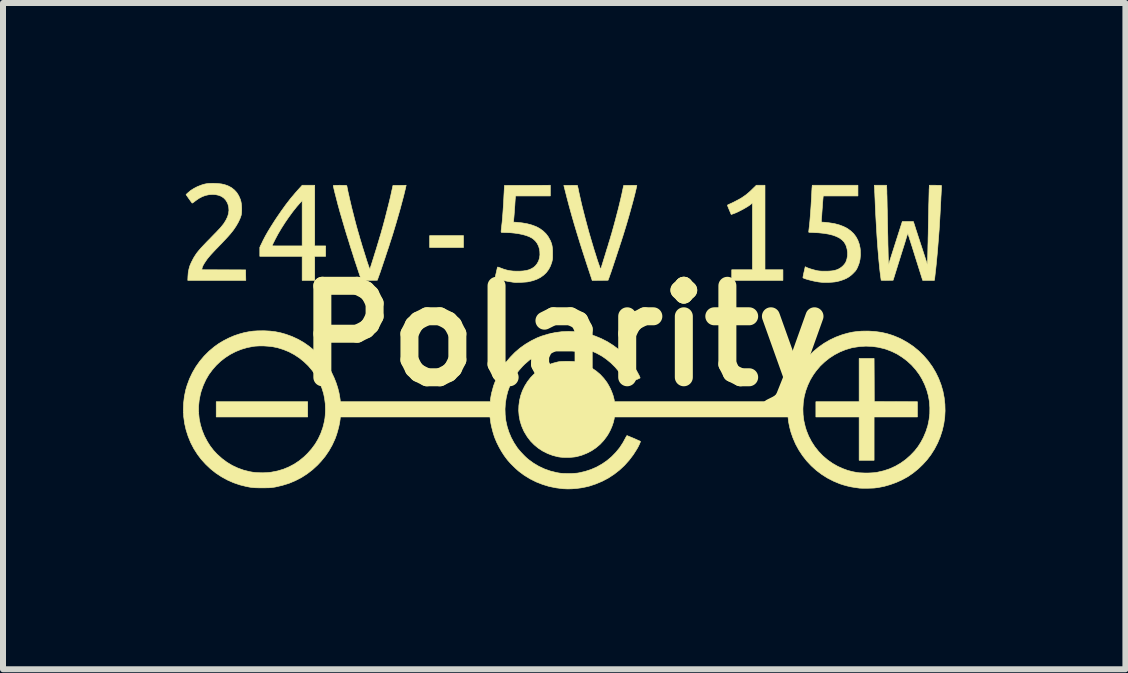
<source format=kicad_pcb>
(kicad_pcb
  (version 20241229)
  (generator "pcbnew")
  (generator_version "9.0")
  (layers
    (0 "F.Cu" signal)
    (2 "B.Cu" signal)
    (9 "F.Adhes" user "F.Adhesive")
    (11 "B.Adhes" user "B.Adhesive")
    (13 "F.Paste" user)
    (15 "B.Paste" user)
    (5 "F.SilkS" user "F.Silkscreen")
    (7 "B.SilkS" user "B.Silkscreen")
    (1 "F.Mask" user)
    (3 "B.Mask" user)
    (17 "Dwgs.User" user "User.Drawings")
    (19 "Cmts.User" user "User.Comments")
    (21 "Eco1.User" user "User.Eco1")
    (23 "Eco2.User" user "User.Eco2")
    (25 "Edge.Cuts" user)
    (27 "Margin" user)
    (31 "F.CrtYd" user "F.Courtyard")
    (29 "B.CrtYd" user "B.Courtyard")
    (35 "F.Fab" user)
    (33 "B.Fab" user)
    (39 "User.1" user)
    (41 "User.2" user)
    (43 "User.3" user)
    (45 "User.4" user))
  (footprint "Polarity"
    (layer "F.Cu")
    (at 6.349 2.547)
    (property "Reference" "Polarity" (at 0 0 0) (layer "F.SilkS") (effects (font (size 1.524 1.524) (thickness 0.3))))
    (attr exclude_from_pos_files exclude_from_bom)
    (fp_poly (pts (xy -4.272 1.351) (xy -5.796 1.351) (xy -5.796 1.097) (xy -4.272 1.097) (xy -4.272 1.351)) (stroke (width 0.01) (type solid)) (fill yes) (layer "F.SilkS"))
    (fp_poly (pts (xy -1.676 -1.473) (xy -2.24 -1.473) (xy -2.24 -1.671) (xy -1.676 -1.671) (xy -1.676 -1.473)) (stroke (width 0.01) (type solid)) (fill yes) (layer "F.SilkS"))
    (fp_poly (pts (xy 5.168 0.735) (xy 5.169 1.095) (xy 5.888 1.097) (xy 5.888 1.351) (xy 5.166 1.351) (xy 5.166 2.073) (xy 4.917 2.073) (xy 4.917 1.351) (xy 4.196 1.351) (xy 4.196 1.097) (xy 4.917 1.097) (xy 4.917 0.376) (xy 5.166 0.376) (xy 5.168 0.735)) (stroke (width 0.01) (type solid)) (fill yes) (layer "F.SilkS"))
    (fp_poly (pts (xy 3.348 -2.51) (xy 3.348 -1.102) (xy 3.647 -1.102) (xy 3.647 -0.925) (xy 2.794 -0.925) (xy 2.794 -1.102) (xy 3.139 -1.102) (xy 3.139 -2.215) (xy 3.115 -2.195) (xy 3.09 -2.176) (xy 3.057 -2.154) (xy 3.018 -2.131) (xy 2.976 -2.107) (xy 2.933 -2.085) (xy 2.891 -2.064) (xy 2.852 -2.047) (xy 2.821 -2.035) (xy 2.785 -2.023) (xy 2.754 -2.097) (xy 2.743 -2.123) (xy 2.734 -2.145) (xy 2.727 -2.163) (xy 2.724 -2.174) (xy 2.723 -2.177) (xy 2.727 -2.182) (xy 2.739 -2.188) (xy 2.752 -2.194) (xy 2.776 -2.205) (xy 2.807 -2.219) (xy 2.841 -2.236) (xy 2.875 -2.254) (xy 2.908 -2.271) (xy 2.936 -2.287) (xy 2.949 -2.294) (xy 2.991 -2.322) (xy 3.032 -2.351) (xy 3.073 -2.385) (xy 3.116 -2.424) (xy 3.137 -2.445) (xy 3.204 -2.51) (xy 3.276 -2.51) (xy 3.348 -2.51)) (stroke (width 0.01) (type solid)) (fill yes) (layer "F.SilkS"))
    (fp_poly (pts (xy -4.155 -2.51) (xy -4.155 -1.499) (xy -3.973 -1.499) (xy -3.973 -1.326) (xy -4.155 -1.326) (xy -4.155 -0.925) (xy -4.364 -0.925) (xy -4.364 -1.326) (xy -5.07 -1.326) (xy -5.07 -1.475) (xy -5.058 -1.501) (xy -4.867 -1.501) (xy -4.862 -1.501) (xy -4.848 -1.5) (xy -4.825 -1.5) (xy -4.796 -1.499) (xy -4.76 -1.499) (xy -4.719 -1.499) (xy -4.673 -1.499) (xy -4.624 -1.499) (xy -4.615 -1.499) (xy -4.364 -1.499) (xy -4.364 -2.255) (xy -4.39 -2.226) (xy -4.456 -2.151) (xy -4.522 -2.068) (xy -4.587 -1.979) (xy -4.651 -1.886) (xy -4.711 -1.792) (xy -4.767 -1.697) (xy -4.816 -1.605) (xy -4.82 -1.596) (xy -4.834 -1.568) (xy -4.847 -1.543) (xy -4.856 -1.523) (xy -4.863 -1.509) (xy -4.867 -1.502) (xy -4.867 -1.501) (xy -5.058 -1.501) (xy -5.046 -1.526) (xy -5.014 -1.593) (xy -4.977 -1.664) (xy -4.933 -1.741) (xy -4.883 -1.823) (xy -4.827 -1.911) (xy -4.793 -1.963) (xy -4.712 -2.081) (xy -4.632 -2.192) (xy -4.552 -2.295) (xy -4.473 -2.388) (xy -4.425 -2.442) (xy -4.363 -2.51) (xy -4.259 -2.51) (xy -4.155 -2.51)) (stroke (width 0.01) (type solid)) (fill yes) (layer "F.SilkS"))
    (fp_poly (pts (xy 1.187 -2.509) (xy 1.2 -2.508) (xy 1.208 -2.507) (xy 1.212 -2.505) (xy 1.213 -2.503) (xy 1.212 -2.501) (xy 1.21 -2.492) (xy 1.206 -2.476) (xy 1.202 -2.456) (xy 1.199 -2.443) (xy 1.189 -2.401) (xy 1.177 -2.351) (xy 1.162 -2.293) (xy 1.145 -2.229) (xy 1.126 -2.16) (xy 1.106 -2.088) (xy 1.085 -2.013) (xy 1.063 -1.937) (xy 1.041 -1.861) (xy 1.018 -1.786) (xy 0.996 -1.714) (xy 0.992 -1.702) (xy 0.982 -1.669) (xy 0.969 -1.629) (xy 0.955 -1.584) (xy 0.938 -1.534) (xy 0.921 -1.48) (xy 0.902 -1.424) (xy 0.883 -1.366) (xy 0.864 -1.308) (xy 0.845 -1.251) (xy 0.827 -1.197) (xy 0.81 -1.145) (xy 0.794 -1.098) (xy 0.78 -1.056) (xy 0.767 -1.021) (xy 0.758 -0.994) (xy 0.753 -0.98) (xy 0.733 -0.927) (xy 0.601 -0.926) (xy 0.469 -0.924) (xy 0.384 -1.18) (xy 0.326 -1.359) (xy 0.27 -1.534) (xy 0.218 -1.703) (xy 0.169 -1.866) (xy 0.124 -2.022) (xy 0.083 -2.171) (xy 0.046 -2.311) (xy 0.029 -2.378) (xy -0.004 -2.507) (xy 0.108 -2.508) (xy 0.141 -2.509) (xy 0.17 -2.509) (xy 0.194 -2.509) (xy 0.211 -2.508) (xy 0.221 -2.508) (xy 0.222 -2.507) (xy 0.224 -2.502) (xy 0.227 -2.488) (xy 0.232 -2.467) (xy 0.238 -2.441) (xy 0.244 -2.41) (xy 0.246 -2.399) (xy 0.268 -2.301) (xy 0.292 -2.195) (xy 0.32 -2.083) (xy 0.35 -1.966) (xy 0.382 -1.846) (xy 0.415 -1.724) (xy 0.451 -1.601) (xy 0.487 -1.48) (xy 0.505 -1.42) (xy 0.521 -1.371) (xy 0.536 -1.323) (xy 0.55 -1.278) (xy 0.564 -1.236) (xy 0.577 -1.199) (xy 0.588 -1.168) (xy 0.597 -1.142) (xy 0.604 -1.124) (xy 0.608 -1.113) (xy 0.61 -1.111) (xy 0.612 -1.117) (xy 0.617 -1.131) (xy 0.624 -1.153) (xy 0.633 -1.182) (xy 0.644 -1.217) (xy 0.656 -1.257) (xy 0.67 -1.301) (xy 0.684 -1.347) (xy 0.699 -1.396) (xy 0.714 -1.446) (xy 0.73 -1.495) (xy 0.744 -1.544) (xy 0.759 -1.591) (xy 0.772 -1.635) (xy 0.784 -1.676) (xy 0.795 -1.712) (xy 0.803 -1.742) (xy 0.807 -1.755) (xy 0.831 -1.841) (xy 0.855 -1.93) (xy 0.879 -2.022) (xy 0.903 -2.113) (xy 0.925 -2.202) (xy 0.945 -2.287) (xy 0.963 -2.365) (xy 0.972 -2.408) (xy 0.993 -2.507) (xy 1.104 -2.508) (xy 1.14 -2.509) (xy 1.168 -2.509) (xy 1.187 -2.509)) (stroke (width 0.01) (type solid)) (fill yes) (layer "F.SilkS"))
    (fp_poly (pts (xy -5.842 -2.542) (xy -5.771 -2.539) (xy -5.708 -2.532) (xy -5.652 -2.519) (xy -5.601 -2.501) (xy -5.555 -2.477) (xy -5.538 -2.467) (xy -5.492 -2.43) (xy -5.453 -2.387) (xy -5.421 -2.336) (xy -5.396 -2.279) (xy -5.384 -2.238) (xy -5.378 -2.206) (xy -5.374 -2.169) (xy -5.372 -2.129) (xy -5.372 -2.089) (xy -5.374 -2.052) (xy -5.378 -2.021) (xy -5.381 -2.007) (xy -5.401 -1.951) (xy -5.429 -1.892) (xy -5.465 -1.83) (xy -5.508 -1.766) (xy -5.559 -1.702) (xy -5.563 -1.697) (xy -5.579 -1.679) (xy -5.6 -1.655) (xy -5.626 -1.627) (xy -5.656 -1.595) (xy -5.687 -1.562) (xy -5.719 -1.528) (xy -5.741 -1.506) (xy -5.772 -1.473) (xy -5.804 -1.441) (xy -5.833 -1.41) (xy -5.86 -1.381) (xy -5.883 -1.356) (xy -5.9 -1.337) (xy -5.909 -1.326) (xy -5.944 -1.284) (xy -5.973 -1.242) (xy -5.998 -1.204) (xy -6.017 -1.17) (xy -6.029 -1.14) (xy -6.033 -1.123) (xy -6.036 -1.102) (xy -5.306 -1.1) (xy -5.305 -1.012) (xy -5.303 -0.925) (xy -6.27 -0.925) (xy -6.267 -0.994) (xy -6.262 -1.056) (xy -6.251 -1.113) (xy -6.235 -1.169) (xy -6.211 -1.225) (xy -6.18 -1.285) (xy -6.18 -1.286) (xy -6.165 -1.312) (xy -6.149 -1.337) (xy -6.134 -1.36) (xy -6.117 -1.384) (xy -6.098 -1.408) (xy -6.076 -1.434) (xy -6.051 -1.463) (xy -6.021 -1.495) (xy -5.986 -1.532) (xy -5.946 -1.574) (xy -5.899 -1.621) (xy -5.89 -1.631) (xy -5.858 -1.664) (xy -5.826 -1.697) (xy -5.796 -1.727) (xy -5.77 -1.755) (xy -5.747 -1.779) (xy -5.729 -1.798) (xy -5.718 -1.811) (xy -5.717 -1.812) (xy -5.67 -1.871) (xy -5.634 -1.929) (xy -5.607 -1.985) (xy -5.591 -2.039) (xy -5.584 -2.093) (xy -5.588 -2.145) (xy -5.601 -2.195) (xy -5.613 -2.223) (xy -5.639 -2.265) (xy -5.671 -2.298) (xy -5.71 -2.325) (xy -5.756 -2.343) (xy -5.807 -2.354) (xy -5.856 -2.357) (xy -5.916 -2.353) (xy -5.973 -2.341) (xy -6.028 -2.321) (xy -6.083 -2.292) (xy -6.139 -2.253) (xy -6.154 -2.241) (xy -6.171 -2.228) (xy -6.185 -2.219) (xy -6.195 -2.213) (xy -6.198 -2.213) (xy -6.202 -2.219) (xy -6.211 -2.231) (xy -6.224 -2.248) (xy -6.239 -2.27) (xy -6.251 -2.286) (xy -6.299 -2.355) (xy -6.269 -2.383) (xy -6.223 -2.422) (xy -6.168 -2.457) (xy -6.108 -2.488) (xy -6.043 -2.513) (xy -6.042 -2.514) (xy -6.01 -2.524) (xy -5.982 -2.531) (xy -5.955 -2.536) (xy -5.927 -2.54) (xy -5.894 -2.541) (xy -5.855 -2.542) (xy -5.842 -2.542)) (stroke (width 0.01) (type solid)) (fill yes) (layer "F.SilkS"))
    (fp_poly (pts (xy -2.634 -2.498) (xy -2.645 -2.448) (xy -2.659 -2.39) (xy -2.675 -2.325) (xy -2.694 -2.254) (xy -2.714 -2.179) (xy -2.735 -2.101) (xy -2.758 -2.021) (xy -2.781 -1.941) (xy -2.804 -1.862) (xy -2.827 -1.786) (xy -2.845 -1.726) (xy -2.861 -1.674) (xy -2.879 -1.618) (xy -2.899 -1.557) (xy -2.919 -1.493) (xy -2.941 -1.428) (xy -2.963 -1.362) (xy -2.984 -1.297) (xy -3.006 -1.233) (xy -3.026 -1.173) (xy -3.045 -1.117) (xy -3.062 -1.066) (xy -3.078 -1.022) (xy -3.091 -0.986) (xy -3.096 -0.973) (xy -3.112 -0.927) (xy -3.244 -0.926) (xy -3.376 -0.924) (xy -3.458 -1.172) (xy -3.491 -1.27) (xy -3.523 -1.372) (xy -3.557 -1.477) (xy -3.589 -1.582) (xy -3.622 -1.686) (xy -3.653 -1.789) (xy -3.682 -1.888) (xy -3.71 -1.983) (xy -3.736 -2.072) (xy -3.758 -2.153) (xy -3.769 -2.192) (xy -3.778 -2.228) (xy -3.788 -2.266) (xy -3.798 -2.305) (xy -3.808 -2.344) (xy -3.818 -2.382) (xy -3.826 -2.416) (xy -3.834 -2.447) (xy -3.839 -2.472) (xy -3.844 -2.49) (xy -3.845 -2.5) (xy -3.846 -2.501) (xy -3.845 -2.504) (xy -3.841 -2.506) (xy -3.834 -2.507) (xy -3.822 -2.508) (xy -3.803 -2.509) (xy -3.778 -2.509) (xy -3.743 -2.51) (xy -3.734 -2.51) (xy -3.698 -2.509) (xy -3.67 -2.509) (xy -3.65 -2.509) (xy -3.636 -2.508) (xy -3.628 -2.506) (xy -3.623 -2.504) (xy -3.621 -2.502) (xy -3.62 -2.501) (xy -3.618 -2.492) (xy -3.615 -2.476) (xy -3.611 -2.456) (xy -3.609 -2.449) (xy -3.6 -2.401) (xy -3.587 -2.345) (xy -3.573 -2.282) (xy -3.557 -2.214) (xy -3.54 -2.141) (xy -3.521 -2.067) (xy -3.502 -1.992) (xy -3.483 -1.917) (xy -3.464 -1.845) (xy -3.445 -1.776) (xy -3.428 -1.717) (xy -3.413 -1.666) (xy -3.398 -1.612) (xy -3.381 -1.557) (xy -3.365 -1.502) (xy -3.348 -1.448) (xy -3.331 -1.394) (xy -3.315 -1.343) (xy -3.3 -1.295) (xy -3.286 -1.25) (xy -3.273 -1.211) (xy -3.261 -1.176) (xy -3.251 -1.148) (xy -3.244 -1.128) (xy -3.238 -1.115) (xy -3.236 -1.111) (xy -3.236 -1.111) (xy -3.234 -1.117) (xy -3.229 -1.131) (xy -3.222 -1.153) (xy -3.213 -1.181) (xy -3.202 -1.216) (xy -3.19 -1.255) (xy -3.176 -1.298) (xy -3.162 -1.344) (xy -3.147 -1.392) (xy -3.132 -1.44) (xy -3.117 -1.489) (xy -3.103 -1.536) (xy -3.089 -1.581) (xy -3.077 -1.624) (xy -3.065 -1.662) (xy -3.055 -1.695) (xy -3.047 -1.722) (xy -3.044 -1.735) (xy -3.024 -1.804) (xy -3.004 -1.878) (xy -2.983 -1.956) (xy -2.963 -2.035) (xy -2.943 -2.114) (xy -2.923 -2.192) (xy -2.905 -2.265) (xy -2.889 -2.333) (xy -2.876 -2.394) (xy -2.871 -2.416) (xy -2.851 -2.507) (xy -2.741 -2.508) (xy -2.631 -2.51) (xy -2.634 -2.498)) (stroke (width 0.01) (type solid)) (fill yes) (layer "F.SilkS"))
    (fp_poly (pts (xy -0.229 -2.332) (xy -0.518 -2.332) (xy -0.807 -2.332) (xy -0.81 -2.315) (xy -0.811 -2.305) (xy -0.813 -2.286) (xy -0.815 -2.261) (xy -0.817 -2.233) (xy -0.818 -2.215) (xy -0.82 -2.18) (xy -0.823 -2.141) (xy -0.826 -2.1) (xy -0.829 -2.058) (xy -0.832 -2.018) (xy -0.835 -1.982) (xy -0.838 -1.951) (xy -0.84 -1.928) (xy -0.841 -1.922) (xy -0.844 -1.896) (xy -0.791 -1.893) (xy -0.698 -1.883) (xy -0.612 -1.868) (xy -0.535 -1.847) (xy -0.465 -1.821) (xy -0.404 -1.788) (xy -0.35 -1.749) (xy -0.303 -1.704) (xy -0.264 -1.653) (xy -0.232 -1.595) (xy -0.23 -1.592) (xy -0.217 -1.56) (xy -0.206 -1.529) (xy -0.199 -1.497) (xy -0.194 -1.461) (xy -0.191 -1.421) (xy -0.191 -1.372) (xy -0.191 -1.372) (xy -0.191 -1.337) (xy -0.191 -1.311) (xy -0.192 -1.291) (xy -0.194 -1.274) (xy -0.197 -1.258) (xy -0.201 -1.241) (xy -0.204 -1.228) (xy -0.227 -1.164) (xy -0.257 -1.107) (xy -0.295 -1.056) (xy -0.341 -1.012) (xy -0.394 -0.974) (xy -0.455 -0.943) (xy -0.524 -0.919) (xy -0.598 -0.902) (xy -0.616 -0.899) (xy -0.641 -0.897) (xy -0.671 -0.895) (xy -0.704 -0.893) (xy -0.737 -0.891) (xy -0.769 -0.891) (xy -0.797 -0.89) (xy -0.819 -0.891) (xy -0.833 -0.892) (xy -0.833 -0.892) (xy -0.843 -0.894) (xy -0.861 -0.896) (xy -0.883 -0.9) (xy -0.902 -0.902) (xy -0.936 -0.908) (xy -0.974 -0.916) (xy -1.013 -0.925) (xy -1.051 -0.934) (xy -1.084 -0.944) (xy -1.11 -0.953) (xy -1.12 -0.957) (xy -1.137 -0.965) (xy -1.145 -0.972) (xy -1.147 -0.978) (xy -1.147 -0.979) (xy -1.145 -0.987) (xy -1.142 -1.003) (xy -1.137 -1.025) (xy -1.131 -1.051) (xy -1.127 -1.068) (xy -1.121 -1.095) (xy -1.116 -1.118) (xy -1.111 -1.136) (xy -1.107 -1.146) (xy -1.106 -1.148) (xy -1.099 -1.146) (xy -1.086 -1.142) (xy -1.067 -1.135) (xy -1.057 -1.131) (xy -1.003 -1.111) (xy -0.951 -1.096) (xy -0.901 -1.086) (xy -0.848 -1.08) (xy -0.79 -1.078) (xy -0.743 -1.078) (xy -0.681 -1.082) (xy -0.627 -1.09) (xy -0.581 -1.103) (xy -0.541 -1.121) (xy -0.505 -1.143) (xy -0.477 -1.168) (xy -0.447 -1.206) (xy -0.424 -1.249) (xy -0.409 -1.298) (xy -0.402 -1.35) (xy -0.404 -1.405) (xy -0.409 -1.442) (xy -0.424 -1.494) (xy -0.448 -1.542) (xy -0.479 -1.583) (xy -0.518 -1.618) (xy -0.541 -1.633) (xy -0.582 -1.654) (xy -0.633 -1.673) (xy -0.69 -1.689) (xy -0.753 -1.702) (xy -0.821 -1.712) (xy -0.891 -1.719) (xy -0.963 -1.722) (xy -0.978 -1.722) (xy -1.002 -1.723) (xy -1.023 -1.723) (xy -1.038 -1.725) (xy -1.045 -1.726) (xy -1.048 -1.73) (xy -1.049 -1.738) (xy -1.048 -1.753) (xy -1.046 -1.775) (xy -1.044 -1.788) (xy -1.038 -1.843) (xy -1.031 -1.905) (xy -1.025 -1.975) (xy -1.019 -2.053) (xy -1.013 -2.139) (xy -1.007 -2.235) (xy -1.002 -2.34) (xy -0.999 -2.39) (xy -0.993 -2.507) (xy -0.611 -2.508) (xy -0.229 -2.51) (xy -0.229 -2.332)) (stroke (width 0.01) (type solid)) (fill yes) (layer "F.SilkS"))
    (fp_poly (pts (xy 4.897 -2.332) (xy 4.319 -2.332) (xy 4.316 -2.305) (xy 4.315 -2.292) (xy 4.313 -2.271) (xy 4.311 -2.243) (xy 4.308 -2.212) (xy 4.306 -2.177) (xy 4.305 -2.164) (xy 4.302 -2.125) (xy 4.299 -2.084) (xy 4.296 -2.043) (xy 4.294 -2.007) (xy 4.291 -1.977) (xy 4.291 -1.975) (xy 4.289 -1.948) (xy 4.287 -1.925) (xy 4.287 -1.908) (xy 4.287 -1.899) (xy 4.287 -1.897) (xy 4.293 -1.896) (xy 4.305 -1.895) (xy 4.31 -1.895) (xy 4.329 -1.894) (xy 4.356 -1.892) (xy 4.387 -1.888) (xy 4.421 -1.884) (xy 4.454 -1.879) (xy 4.485 -1.874) (xy 4.509 -1.87) (xy 4.587 -1.849) (xy 4.658 -1.822) (xy 4.722 -1.789) (xy 4.777 -1.749) (xy 4.825 -1.704) (xy 4.864 -1.652) (xy 4.895 -1.595) (xy 4.918 -1.532) (xy 4.933 -1.464) (xy 4.937 -1.426) (xy 4.939 -1.349) (xy 4.932 -1.276) (xy 4.916 -1.208) (xy 4.891 -1.144) (xy 4.888 -1.138) (xy 4.877 -1.116) (xy 4.866 -1.098) (xy 4.854 -1.081) (xy 4.837 -1.063) (xy 4.816 -1.041) (xy 4.781 -1.009) (xy 4.746 -0.983) (xy 4.709 -0.961) (xy 4.667 -0.942) (xy 4.631 -0.929) (xy 4.59 -0.916) (xy 4.55 -0.906) (xy 4.51 -0.899) (xy 4.467 -0.895) (xy 4.417 -0.892) (xy 4.394 -0.891) (xy 4.355 -0.891) (xy 4.323 -0.891) (xy 4.294 -0.893) (xy 4.266 -0.896) (xy 4.239 -0.899) (xy 4.203 -0.906) (xy 4.164 -0.913) (xy 4.126 -0.922) (xy 4.09 -0.931) (xy 4.056 -0.94) (xy 4.027 -0.949) (xy 4.004 -0.957) (xy 3.988 -0.964) (xy 3.98 -0.97) (xy 3.981 -0.976) (xy 3.983 -0.99) (xy 3.987 -1.011) (xy 3.992 -1.036) (xy 3.998 -1.062) (xy 4.005 -1.091) (xy 4.01 -1.115) (xy 4.015 -1.135) (xy 4.017 -1.148) (xy 4.018 -1.152) (xy 4.022 -1.151) (xy 4.032 -1.146) (xy 4.037 -1.144) (xy 4.06 -1.133) (xy 4.09 -1.122) (xy 4.125 -1.111) (xy 4.16 -1.101) (xy 4.195 -1.092) (xy 4.225 -1.085) (xy 4.232 -1.084) (xy 4.259 -1.081) (xy 4.287 -1.079) (xy 4.319 -1.078) (xy 4.358 -1.078) (xy 4.379 -1.078) (xy 4.423 -1.08) (xy 4.46 -1.083) (xy 4.49 -1.087) (xy 4.518 -1.094) (xy 4.545 -1.102) (xy 4.572 -1.114) (xy 4.582 -1.119) (xy 4.61 -1.136) (xy 4.638 -1.158) (xy 4.664 -1.185) (xy 4.685 -1.212) (xy 4.695 -1.229) (xy 4.713 -1.28) (xy 4.723 -1.334) (xy 4.724 -1.39) (xy 4.716 -1.447) (xy 4.7 -1.502) (xy 4.689 -1.526) (xy 4.665 -1.565) (xy 4.631 -1.6) (xy 4.589 -1.631) (xy 4.537 -1.657) (xy 4.476 -1.679) (xy 4.407 -1.696) (xy 4.328 -1.709) (xy 4.24 -1.718) (xy 4.175 -1.721) (xy 4.145 -1.723) (xy 4.119 -1.724) (xy 4.098 -1.725) (xy 4.084 -1.726) (xy 4.078 -1.727) (xy 4.078 -1.727) (xy 4.077 -1.733) (xy 4.078 -1.747) (xy 4.08 -1.766) (xy 4.082 -1.783) (xy 4.089 -1.843) (xy 4.096 -1.911) (xy 4.102 -1.986) (xy 4.108 -2.065) (xy 4.114 -2.147) (xy 4.119 -2.231) (xy 4.124 -2.313) (xy 4.125 -2.339) (xy 4.127 -2.375) (xy 4.128 -2.408) (xy 4.13 -2.438) (xy 4.131 -2.462) (xy 4.133 -2.478) (xy 4.133 -2.483) (xy 4.136 -2.51) (xy 4.897 -2.51) (xy 4.897 -2.332)) (stroke (width 0.01) (type solid)) (fill yes) (layer "F.SilkS"))
    (fp_poly (pts (xy 5.377 -2.468) (xy 5.377 -2.457) (xy 5.378 -2.437) (xy 5.379 -2.408) (xy 5.379 -2.371) (xy 5.381 -2.327) (xy 5.382 -2.276) (xy 5.383 -2.22) (xy 5.384 -2.158) (xy 5.386 -2.092) (xy 5.387 -2.022) (xy 5.389 -1.949) (xy 5.39 -1.874) (xy 5.39 -1.872) (xy 5.392 -1.796) (xy 5.393 -1.723) (xy 5.395 -1.651) (xy 5.396 -1.584) (xy 5.397 -1.52) (xy 5.399 -1.461) (xy 5.4 -1.408) (xy 5.401 -1.362) (xy 5.402 -1.322) (xy 5.403 -1.291) (xy 5.404 -1.268) (xy 5.404 -1.254) (xy 5.408 -1.19) (xy 5.522 -1.548) (xy 5.636 -1.905) (xy 5.821 -1.905) (xy 5.841 -1.843) (xy 5.846 -1.827) (xy 5.854 -1.802) (xy 5.864 -1.769) (xy 5.877 -1.731) (xy 5.891 -1.687) (xy 5.907 -1.638) (xy 5.924 -1.587) (xy 5.941 -1.533) (xy 5.957 -1.486) (xy 6.053 -1.191) (xy 6.056 -1.245) (xy 6.057 -1.257) (xy 6.058 -1.279) (xy 6.059 -1.309) (xy 6.06 -1.348) (xy 6.061 -1.393) (xy 6.062 -1.445) (xy 6.063 -1.503) (xy 6.065 -1.565) (xy 6.066 -1.632) (xy 6.068 -1.702) (xy 6.069 -1.775) (xy 6.07 -1.841) (xy 6.072 -1.916) (xy 6.073 -1.989) (xy 6.075 -2.06) (xy 6.076 -2.127) (xy 6.077 -2.19) (xy 6.079 -2.247) (xy 6.08 -2.3) (xy 6.081 -2.345) (xy 6.082 -2.384) (xy 6.083 -2.414) (xy 6.083 -2.436) (xy 6.084 -2.447) (xy 6.087 -2.51) (xy 6.188 -2.51) (xy 6.224 -2.509) (xy 6.251 -2.509) (xy 6.27 -2.508) (xy 6.282 -2.507) (xy 6.288 -2.505) (xy 6.289 -2.503) (xy 6.289 -2.49) (xy 6.288 -2.468) (xy 6.287 -2.438) (xy 6.285 -2.401) (xy 6.283 -2.358) (xy 6.28 -2.31) (xy 6.278 -2.258) (xy 6.275 -2.204) (xy 6.272 -2.148) (xy 6.269 -2.091) (xy 6.266 -2.035) (xy 6.263 -1.981) (xy 6.26 -1.929) (xy 6.257 -1.88) (xy 6.255 -1.837) (xy 6.252 -1.799) (xy 6.251 -1.775) (xy 6.246 -1.712) (xy 6.241 -1.644) (xy 6.235 -1.571) (xy 6.229 -1.496) (xy 6.223 -1.419) (xy 6.216 -1.343) (xy 6.209 -1.268) (xy 6.202 -1.196) (xy 6.195 -1.129) (xy 6.188 -1.068) (xy 6.182 -1.014) (xy 6.177 -0.969) (xy 6.171 -0.925) (xy 5.976 -0.925) (xy 5.855 -1.309) (xy 5.836 -1.37) (xy 5.818 -1.427) (xy 5.801 -1.482) (xy 5.785 -1.531) (xy 5.771 -1.576) (xy 5.758 -1.616) (xy 5.748 -1.649) (xy 5.739 -1.674) (xy 5.734 -1.692) (xy 5.73 -1.701) (xy 5.73 -1.702) (xy 5.727 -1.703) (xy 5.722 -1.695) (xy 5.718 -1.681) (xy 5.715 -1.672) (xy 5.709 -1.654) (xy 5.701 -1.628) (xy 5.691 -1.594) (xy 5.679 -1.554) (xy 5.665 -1.509) (xy 5.649 -1.459) (xy 5.632 -1.405) (xy 5.614 -1.348) (xy 5.596 -1.29) (xy 5.483 -0.927) (xy 5.383 -0.926) (xy 5.353 -0.925) (xy 5.326 -0.926) (xy 5.304 -0.926) (xy 5.29 -0.927) (xy 5.283 -0.928) (xy 5.283 -0.928) (xy 5.283 -0.934) (xy 5.281 -0.949) (xy 5.278 -0.969) (xy 5.275 -0.995) (xy 5.273 -1.007) (xy 5.264 -1.076) (xy 5.256 -1.155) (xy 5.247 -1.243) (xy 5.239 -1.338) (xy 5.23 -1.44) (xy 5.222 -1.548) (xy 5.214 -1.661) (xy 5.207 -1.778) (xy 5.2 -1.898) (xy 5.193 -2.022) (xy 5.187 -2.146) (xy 5.182 -2.272) (xy 5.179 -2.334) (xy 5.178 -2.366) (xy 5.176 -2.4) (xy 5.175 -2.432) (xy 5.173 -2.457) (xy 5.17 -2.51) (xy 5.374 -2.51) (xy 5.377 -2.468)) (stroke (width 0.01) (type solid)) (fill yes) (layer "F.SilkS"))
    (fp_poly (pts (xy 5.077 -0.08) (xy 5.184 -0.073) (xy 5.286 -0.059) (xy 5.383 -0.037) (xy 5.479 -0.007) (xy 5.574 0.032) (xy 5.625 0.056) (xy 5.726 0.113) (xy 5.821 0.177) (xy 5.91 0.25) (xy 5.992 0.33) (xy 6.067 0.417) (xy 6.134 0.51) (xy 6.135 0.511) (xy 6.193 0.609) (xy 6.242 0.71) (xy 6.282 0.815) (xy 6.313 0.921) (xy 6.334 1.03) (xy 6.346 1.139) (xy 6.349 1.25) (xy 6.343 1.359) (xy 6.327 1.469) (xy 6.302 1.576) (xy 6.268 1.682) (xy 6.225 1.785) (xy 6.173 1.885) (xy 6.112 1.981) (xy 6.049 2.064) (xy 5.977 2.143) (xy 5.9 2.217) (xy 5.817 2.284) (xy 5.732 2.343) (xy 5.72 2.35) (xy 5.63 2.399) (xy 5.535 2.442) (xy 5.435 2.478) (xy 5.334 2.507) (xy 5.232 2.527) (xy 5.169 2.535) (xy 5.147 2.536) (xy 5.118 2.537) (xy 5.085 2.538) (xy 5.05 2.539) (xy 5.015 2.539) (xy 4.982 2.539) (xy 4.954 2.538) (xy 4.932 2.537) (xy 4.925 2.537) (xy 4.848 2.526) (xy 4.779 2.515) (xy 4.715 2.5) (xy 4.654 2.483) (xy 4.595 2.464) (xy 4.489 2.42) (xy 4.388 2.368) (xy 4.293 2.308) (xy 4.203 2.24) (xy 4.12 2.165) (xy 4.043 2.083) (xy 3.974 1.995) (xy 3.912 1.901) (xy 3.858 1.802) (xy 3.813 1.697) (xy 3.782 1.608) (xy 3.77 1.566) (xy 3.759 1.52) (xy 3.749 1.473) (xy 3.741 1.429) (xy 3.736 1.391) (xy 3.736 1.388) (xy 3.732 1.351) (xy 0.84 1.351) (xy 0.834 1.388) (xy 0.82 1.445) (xy 0.799 1.506) (xy 0.773 1.567) (xy 0.742 1.626) (xy 0.714 1.671) (xy 0.659 1.744) (xy 0.598 1.809) (xy 0.53 1.866) (xy 0.457 1.915) (xy 0.377 1.956) (xy 0.293 1.989) (xy 0.205 2.013) (xy 0.17 2.018) (xy 0.128 2.022) (xy 0.082 2.025) (xy 0.034 2.025) (xy -0.013 2.024) (xy -0.056 2.021) (xy -0.092 2.016) (xy -0.099 2.015) (xy -0.189 1.992) (xy -0.274 1.96) (xy -0.354 1.92) (xy -0.428 1.872) (xy -0.496 1.816) (xy -0.558 1.753) (xy -0.612 1.683) (xy -0.659 1.606) (xy -0.672 1.582) (xy -0.707 1.501) (xy -0.733 1.417) (xy -0.749 1.332) (xy -0.756 1.246) (xy -0.755 1.214) (xy 3.98 1.214) (xy 3.983 1.314) (xy 3.996 1.415) (xy 4.019 1.514) (xy 4.038 1.576) (xy 4.076 1.671) (xy 4.123 1.761) (xy 4.178 1.846) (xy 4.242 1.926) (xy 4.312 1.999) (xy 4.389 2.065) (xy 4.473 2.124) (xy 4.559 2.173) (xy 4.641 2.21) (xy 4.722 2.24) (xy 4.805 2.262) (xy 4.879 2.276) (xy 4.917 2.281) (xy 4.963 2.283) (xy 5.013 2.285) (xy 5.064 2.285) (xy 5.115 2.283) (xy 5.163 2.28) (xy 5.205 2.275) (xy 5.225 2.271) (xy 5.329 2.247) (xy 5.427 2.214) (xy 5.52 2.172) (xy 5.608 2.121) (xy 5.691 2.062) (xy 5.768 1.994) (xy 5.781 1.981) (xy 5.844 1.915) (xy 5.898 1.846) (xy 5.945 1.773) (xy 5.988 1.693) (xy 5.991 1.686) (xy 6.031 1.591) (xy 6.062 1.494) (xy 6.082 1.396) (xy 6.094 1.296) (xy 6.095 1.196) (xy 6.088 1.096) (xy 6.071 0.998) (xy 6.044 0.901) (xy 6.008 0.807) (xy 5.963 0.716) (xy 5.919 0.643) (xy 5.859 0.562) (xy 5.791 0.486) (xy 5.717 0.418) (xy 5.636 0.357) (xy 5.551 0.303) (xy 5.461 0.259) (xy 5.368 0.223) (xy 5.331 0.212) (xy 5.233 0.189) (xy 5.131 0.175) (xy 5.029 0.171) (xy 4.928 0.177) (xy 4.828 0.192) (xy 4.788 0.2) (xy 4.691 0.229) (xy 4.597 0.267) (xy 4.507 0.314) (xy 4.422 0.369) (xy 4.343 0.432) (xy 4.269 0.502) (xy 4.203 0.58) (xy 4.157 0.643) (xy 4.104 0.73) (xy 4.061 0.822) (xy 4.026 0.917) (xy 4.001 1.014) (xy 3.986 1.113) (xy 3.98 1.214) (xy -0.755 1.214) (xy -0.753 1.161) (xy -0.742 1.076) (xy -0.722 0.993) (xy -0.693 0.912) (xy -0.655 0.835) (xy -0.609 0.761) (xy -0.555 0.692) (xy -0.505 0.641) (xy -0.436 0.582) (xy -0.361 0.532) (xy -0.281 0.491) (xy -0.196 0.458) (xy -0.113 0.436) (xy -0.094 0.432) (xy -0.076 0.429) (xy -0.057 0.427) (xy -0.034 0.426) (xy -0.007 0.425) (xy 0.029 0.424) (xy 0.046 0.424) (xy 0.084 0.424) (xy 0.114 0.425) (xy 0.138 0.426) (xy 0.158 0.427) (xy 0.175 0.43) (xy 0.193 0.433) (xy 0.207 0.436) (xy 0.297 0.461) (xy 0.383 0.494) (xy 0.462 0.536) (xy 0.536 0.586) (xy 0.603 0.643) (xy 0.663 0.708) (xy 0.713 0.774) (xy 0.743 0.824) (xy 0.772 0.879) (xy 0.796 0.936) (xy 0.817 0.993) (xy 0.831 1.047) (xy 0.834 1.06) (xy 0.84 1.097) (xy 3.732 1.097) (xy 3.738 1.05) (xy 3.756 0.952) (xy 3.782 0.853) (xy 3.817 0.753) (xy 3.859 0.656) (xy 3.909 0.563) (xy 3.965 0.474) (xy 4.006 0.418) (xy 4.077 0.336) (xy 4.156 0.259) (xy 4.241 0.188) (xy 4.332 0.124) (xy 4.428 0.068) (xy 4.527 0.021) (xy 4.629 -0.017) (xy 4.655 -0.025) (xy 4.734 -0.047) (xy 4.809 -0.063) (xy 4.883 -0.073) (xy 4.96 -0.079) (xy 5.042 -0.08) (xy 5.077 -0.08)) (stroke (width 0.01) (type solid)) (fill yes) (layer "F.SilkS"))
    (fp_poly (pts (xy -4.994 -0.085) (xy -4.898 -0.08) (xy -4.808 -0.069) (xy -4.721 -0.051) (xy -4.636 -0.027) (xy -4.55 0.004) (xy -4.527 0.013) (xy -4.43 0.058) (xy -4.339 0.11) (xy -4.254 0.169) (xy -4.172 0.236) (xy -4.107 0.297) (xy -4.039 0.369) (xy -3.98 0.442) (xy -3.927 0.517) (xy -3.88 0.598) (xy -3.866 0.625) (xy -3.83 0.702) (xy -3.798 0.783) (xy -3.771 0.866) (xy -3.75 0.949) (xy -3.736 1.028) (xy -3.731 1.063) (xy -3.728 1.097) (xy -1.229 1.097) (xy -1.229 1.085) (xy -1.228 1.072) (xy -1.225 1.051) (xy -1.221 1.025) (xy -1.216 0.996) (xy -1.21 0.966) (xy -1.204 0.938) (xy -1.203 0.937) (xy -1.174 0.83) (xy -1.134 0.725) (xy -1.087 0.625) (xy -1.03 0.53) (xy -0.967 0.439) (xy -0.895 0.354) (xy -0.818 0.275) (xy -0.734 0.203) (xy -0.644 0.139) (xy -0.548 0.082) (xy -0.449 0.033) (xy -0.375 0.004) (xy -0.263 -0.03) (xy -0.15 -0.055) (xy -0.037 -0.07) (xy 0.076 -0.075) (xy 0.188 -0.07) (xy 0.299 -0.055) (xy 0.408 -0.031) (xy 0.516 0.002) (xy 0.62 0.045) (xy 0.722 0.097) (xy 0.82 0.159) (xy 0.899 0.218) (xy 0.979 0.288) (xy 1.055 0.368) (xy 1.125 0.455) (xy 1.166 0.513) (xy 1.182 0.538) (xy 1.199 0.566) (xy 1.216 0.594) (xy 1.231 0.622) (xy 1.245 0.648) (xy 1.256 0.67) (xy 1.263 0.687) (xy 1.267 0.698) (xy 1.266 0.701) (xy 1.261 0.704) (xy 1.247 0.711) (xy 1.228 0.72) (xy 1.204 0.73) (xy 1.177 0.742) (xy 1.149 0.755) (xy 1.122 0.767) (xy 1.095 0.778) (xy 1.073 0.788) (xy 1.055 0.796) (xy 1.043 0.801) (xy 1.039 0.802) (xy 1.036 0.797) (xy 1.03 0.785) (xy 1.021 0.768) (xy 1.016 0.757) (xy 0.969 0.675) (xy 0.914 0.595) (xy 0.851 0.52) (xy 0.781 0.451) (xy 0.706 0.389) (xy 0.634 0.339) (xy 0.544 0.289) (xy 0.451 0.248) (xy 0.356 0.217) (xy 0.259 0.195) (xy 0.161 0.182) (xy 0.063 0.179) (xy -0.034 0.184) (xy -0.131 0.199) (xy -0.226 0.222) (xy -0.319 0.254) (xy -0.408 0.295) (xy -0.495 0.345) (xy -0.577 0.403) (xy -0.655 0.47) (xy -0.692 0.507) (xy -0.759 0.583) (xy -0.817 0.665) (xy -0.866 0.751) (xy -0.907 0.84) (xy -0.94 0.932) (xy -0.963 1.027) (xy -0.978 1.123) (xy -0.984 1.219) (xy -0.981 1.317) (xy -0.97 1.413) (xy -0.949 1.509) (xy -0.919 1.603) (xy -0.881 1.694) (xy -0.833 1.783) (xy -0.777 1.868) (xy -0.773 1.873) (xy -0.748 1.903) (xy -0.719 1.937) (xy -0.686 1.972) (xy -0.653 2.006) (xy -0.621 2.036) (xy -0.594 2.059) (xy -0.51 2.12) (xy -0.421 2.173) (xy -0.327 2.217) (xy -0.228 2.252) (xy -0.123 2.278) (xy -0.089 2.284) (xy -0.055 2.289) (xy -0.014 2.292) (xy 0.032 2.293) (xy 0.081 2.294) (xy 0.13 2.293) (xy 0.176 2.29) (xy 0.217 2.287) (xy 0.249 2.282) (xy 0.352 2.258) (xy 0.45 2.226) (xy 0.544 2.185) (xy 0.633 2.135) (xy 0.716 2.078) (xy 0.793 2.013) (xy 0.863 1.941) (xy 0.927 1.863) (xy 0.983 1.777) (xy 1.015 1.718) (xy 1.026 1.697) (xy 1.036 1.679) (xy 1.044 1.666) (xy 1.048 1.661) (xy 1.049 1.661) (xy 1.055 1.663) (xy 1.068 1.669) (xy 1.088 1.677) (xy 1.112 1.687) (xy 1.139 1.698) (xy 1.168 1.71) (xy 1.195 1.722) (xy 1.221 1.734) (xy 1.243 1.744) (xy 1.26 1.751) (xy 1.27 1.756) (xy 1.272 1.757) (xy 1.272 1.764) (xy 1.267 1.778) (xy 1.259 1.797) (xy 1.248 1.821) (xy 1.235 1.848) (xy 1.219 1.876) (xy 1.216 1.882) (xy 1.153 1.981) (xy 1.083 2.073) (xy 1.006 2.159) (xy 0.923 2.236) (xy 0.833 2.306) (xy 0.737 2.369) (xy 0.636 2.422) (xy 0.529 2.467) (xy 0.424 2.502) (xy 0.357 2.518) (xy 0.285 2.532) (xy 0.209 2.542) (xy 0.133 2.548) (xy 0.06 2.55) (xy -0.007 2.547) (xy -0.013 2.547) (xy -0.132 2.532) (xy -0.247 2.509) (xy -0.358 2.475) (xy -0.465 2.433) (xy -0.567 2.382) (xy -0.666 2.321) (xy -0.752 2.257) (xy -0.781 2.232) (xy -0.815 2.201) (xy -0.85 2.167) (xy -0.885 2.132) (xy -0.916 2.098) (xy -0.943 2.067) (xy -0.947 2.062) (xy -0.995 1.998) (xy -1.041 1.927) (xy -1.083 1.853) (xy -1.121 1.777) (xy -1.152 1.704) (xy -1.163 1.674) (xy -1.176 1.633) (xy -1.189 1.588) (xy -1.201 1.541) (xy -1.212 1.496) (xy -1.22 1.455) (xy -1.224 1.427) (xy -1.227 1.405) (xy -1.23 1.385) (xy -1.232 1.37) (xy -1.232 1.368) (xy -1.235 1.351) (xy -3.728 1.351) (xy -3.731 1.386) (xy -3.739 1.443) (xy -3.752 1.506) (xy -3.769 1.572) (xy -3.788 1.637) (xy -3.81 1.7) (xy -3.818 1.72) (xy -3.864 1.82) (xy -3.918 1.915) (xy -3.98 2.006) (xy -4.051 2.092) (xy -4.107 2.152) (xy -4.192 2.23) (xy -4.283 2.3) (xy -4.378 2.361) (xy -4.479 2.413) (xy -4.584 2.457) (xy -4.695 2.491) (xy -4.811 2.518) (xy -4.829 2.521) (xy -4.852 2.524) (xy -4.873 2.527) (xy -4.896 2.529) (xy -4.92 2.531) (xy -4.95 2.531) (xy -4.986 2.532) (xy -5.024 2.532) (xy -5.073 2.532) (xy -5.114 2.531) (xy -5.149 2.53) (xy -5.182 2.527) (xy -5.213 2.524) (xy -5.245 2.519) (xy -5.281 2.512) (xy -5.296 2.509) (xy -5.404 2.482) (xy -5.509 2.446) (xy -5.611 2.401) (xy -5.709 2.347) (xy -5.803 2.285) (xy -5.891 2.215) (xy -5.972 2.138) (xy -6.048 2.054) (xy -6.107 1.976) (xy -6.169 1.879) (xy -6.221 1.779) (xy -6.264 1.674) (xy -6.298 1.567) (xy -6.323 1.458) (xy -6.338 1.347) (xy -6.344 1.235) (xy -6.342 1.174) (xy -6.09 1.174) (xy -6.09 1.276) (xy -6.08 1.378) (xy -6.06 1.478) (xy -6.03 1.576) (xy -5.991 1.672) (xy -5.986 1.681) (xy -5.943 1.762) (xy -5.896 1.836) (xy -5.842 1.906) (xy -5.78 1.973) (xy -5.776 1.976) (xy -5.699 2.045) (xy -5.617 2.106) (xy -5.529 2.159) (xy -5.437 2.202) (xy -5.34 2.237) (xy -5.24 2.262) (xy -5.19 2.271) (xy -5.138 2.277) (xy -5.08 2.28) (xy -5.018 2.281) (xy -4.958 2.279) (xy -4.903 2.274) (xy -4.879 2.271) (xy -4.776 2.251) (xy -4.678 2.222) (xy -4.584 2.183) (xy -4.495 2.136) (xy -4.411 2.08) (xy -4.331 2.014) (xy -4.275 1.96) (xy -4.206 1.882) (xy -4.146 1.801) (xy -4.096 1.716) (xy -4.054 1.626) (xy -4.02 1.531) (xy -4.006 1.478) (xy -3.994 1.426) (xy -3.985 1.376) (xy -3.98 1.325) (xy -3.977 1.269) (xy -3.976 1.222) (xy -3.979 1.13) (xy -3.99 1.044) (xy -4.007 0.96) (xy -4.033 0.877) (xy -4.047 0.839) (xy -4.089 0.746) (xy -4.139 0.658) (xy -4.197 0.576) (xy -4.262 0.499) (xy -4.334 0.43) (xy -4.412 0.367) (xy -4.496 0.312) (xy -4.584 0.265) (xy -4.677 0.227) (xy -4.774 0.197) (xy -4.789 0.194) (xy -4.857 0.18) (xy -4.93 0.172) (xy -5.005 0.167) (xy -5.079 0.167) (xy -5.148 0.171) (xy -5.179 0.175) (xy -5.281 0.195) (xy -5.379 0.224) (xy -5.473 0.262) (xy -5.562 0.308) (xy -5.646 0.362) (xy -5.724 0.423) (xy -5.796 0.491) (xy -5.861 0.566) (xy -5.92 0.646) (xy -5.97 0.732) (xy -6.012 0.824) (xy -6.046 0.92) (xy -6.06 0.97) (xy -6.08 1.072) (xy -6.09 1.174) (xy -6.342 1.174) (xy -6.34 1.123) (xy -6.327 1.011) (xy -6.304 0.9) (xy -6.281 0.823) (xy -6.241 0.715) (xy -6.192 0.612) (xy -6.135 0.514) (xy -6.069 0.421) (xy -5.996 0.335) (xy -5.916 0.255) (xy -5.829 0.182) (xy -5.755 0.129) (xy -5.673 0.08) (xy -5.585 0.035) (xy -5.494 -0.004) (xy -5.41 -0.032) (xy -5.334 -0.053) (xy -5.259 -0.068) (xy -5.185 -0.079) (xy -5.107 -0.084) (xy -5.023 -0.085) (xy -4.994 -0.085)) (stroke (width 0.01) (type solid)) (fill yes) (layer "F.SilkS")))
  (gr_rect
    (start -3 -3)
    (end 15.703 8.102)
    (stroke (width 0.1) (type default))
    (fill no)
    (layer "Edge.Cuts")))
</source>
